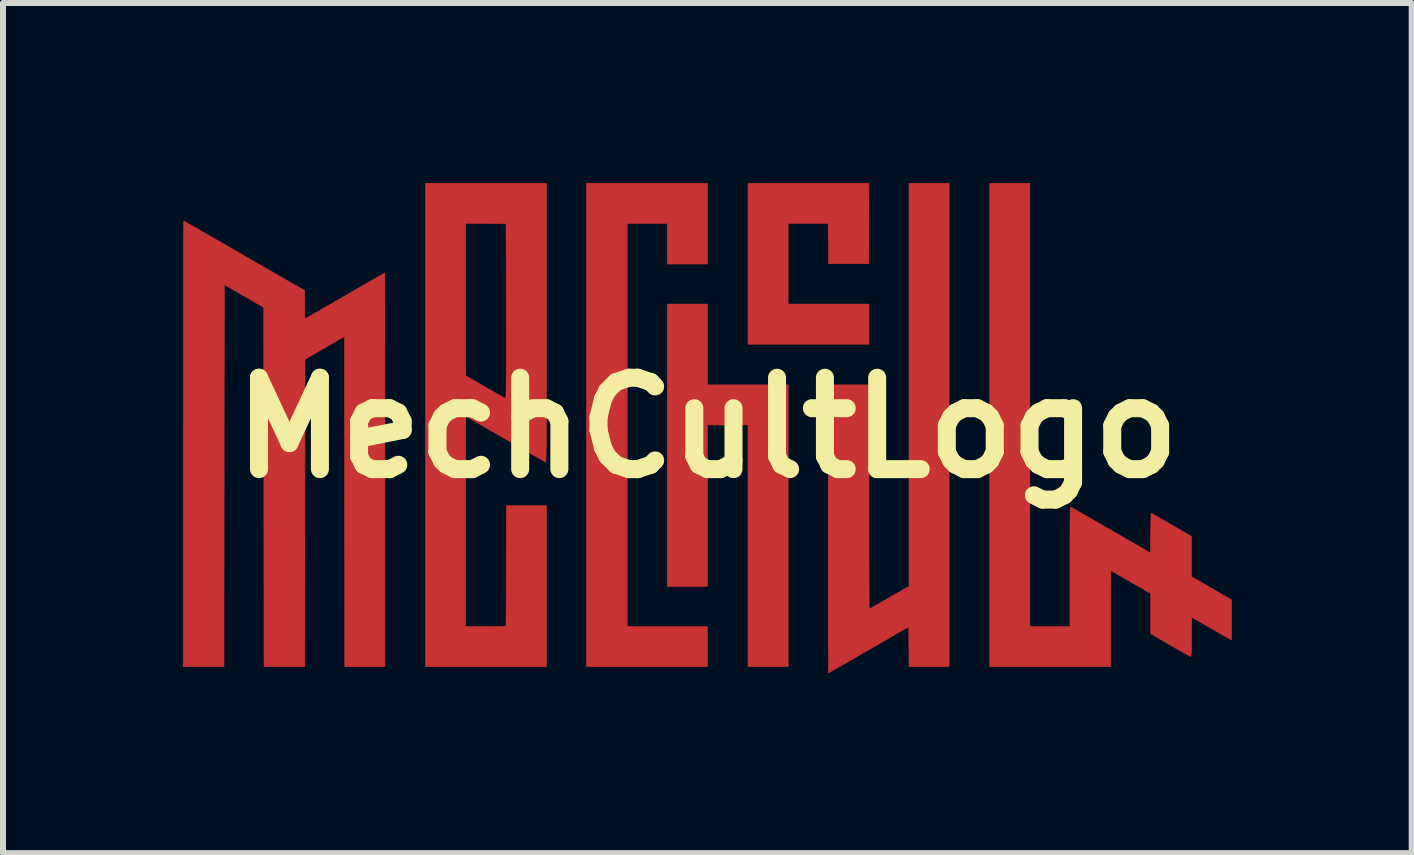
<source format=kicad_pcb>
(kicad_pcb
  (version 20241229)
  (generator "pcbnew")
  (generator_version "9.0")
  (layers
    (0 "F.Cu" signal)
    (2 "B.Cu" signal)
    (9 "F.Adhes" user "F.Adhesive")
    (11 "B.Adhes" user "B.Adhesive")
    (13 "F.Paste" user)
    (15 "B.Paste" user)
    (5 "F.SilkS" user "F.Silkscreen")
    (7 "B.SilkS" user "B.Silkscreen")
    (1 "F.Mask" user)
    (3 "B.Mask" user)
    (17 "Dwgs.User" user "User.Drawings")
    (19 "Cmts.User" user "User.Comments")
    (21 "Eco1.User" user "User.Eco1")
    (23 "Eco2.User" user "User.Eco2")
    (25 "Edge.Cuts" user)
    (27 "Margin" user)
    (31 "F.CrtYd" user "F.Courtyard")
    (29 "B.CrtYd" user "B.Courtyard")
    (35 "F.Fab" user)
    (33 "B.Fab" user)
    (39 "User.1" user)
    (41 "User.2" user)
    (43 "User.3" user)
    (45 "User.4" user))
  (footprint "MechCultLogo"
    (layer "F.Cu")
    (at 8.742 4.081)
    (property "Reference" "MechCultLogo" (at 0 0 0) (layer "F.SilkS") (effects (font (size 1.524 1.524) (thickness 0.3))))
    (attr through_hole)
    (fp_poly (pts (xy 0 -2.73) (xy -0.668 -2.73) (xy -0.668 -3.408) (xy -1.337 -3.408) (xy -1.337 3.314) (xy 0 3.314) (xy 0 3.982) (xy -2.015 3.982) (xy -2.015 -4.076) (xy 0 -4.076) (xy 0 -2.73)) (stroke (width 0.01) (type solid)) (fill yes) (layer "F.Cu"))
    (fp_poly (pts (xy 0 -0.715) (xy 1.346 -0.715) (xy 1.346 3.982) (xy 0.678 3.982) (xy 0.678 -0.047) (xy 0 -0.047) (xy 0 2.645) (xy -0.668 2.645) (xy -0.668 -2.062) (xy 0 -2.062) (xy 0 -0.715)) (stroke (width 0.01) (type solid)) (fill yes) (layer "F.Cu"))
    (fp_poly (pts (xy 2.69 -3.406) (xy 2.688 -2.735) (xy 2.019 -2.735) (xy 2.017 -3.071) (xy 2.014 -3.408) (xy 1.346 -3.408) (xy 1.346 -2.062) (xy 2.693 -2.062) (xy 2.693 -1.393) (xy 0.678 -1.393) (xy 0.678 -4.076) (xy 2.693 -4.076) (xy 2.69 -3.406)) (stroke (width 0.01) (type solid)) (fill yes) (layer "F.Cu"))
    (fp_poly (pts (xy 4.029 3.982) (xy 3.361 3.982) (xy 3.359 3.649) (xy 3.356 3.316) (xy 2.69 3.701) (xy 2.587 3.76) (xy 2.489 3.817) (xy 2.397 3.87) (xy 2.312 3.919) (xy 2.235 3.963) (xy 2.168 4.001) (xy 2.112 4.033) (xy 2.068 4.058) (xy 2.037 4.076) (xy 2.021 4.085) (xy 2.019 4.086) (xy 2.018 4.077) (xy 2.018 4.049) (xy 2.018 4.005) (xy 2.017 3.944) (xy 2.017 3.867) (xy 2.017 3.775) (xy 2.016 3.67) (xy 2.016 3.551) (xy 2.016 3.419) (xy 2.016 3.276) (xy 2.015 3.122) (xy 2.015 2.957) (xy 2.015 2.784) (xy 2.015 2.602) (xy 2.015 2.412) (xy 2.015 2.215) (xy 2.015 2.011) (xy 2.015 1.803) (xy 2.015 1.685) (xy 2.015 -0.715) (xy 2.693 -0.715) (xy 2.693 1.153) (xy 2.693 1.339) (xy 2.693 1.52) (xy 2.693 1.695) (xy 2.693 1.864) (xy 2.693 2.024) (xy 2.693 2.176) (xy 2.694 2.318) (xy 2.694 2.45) (xy 2.694 2.57) (xy 2.695 2.679) (xy 2.695 2.774) (xy 2.695 2.855) (xy 2.696 2.921) (xy 2.696 2.971) (xy 2.697 3.005) (xy 2.697 3.021) (xy 2.697 3.022) (xy 2.706 3.017) (xy 2.73 3.004) (xy 2.766 2.984) (xy 2.813 2.957) (xy 2.87 2.925) (xy 2.934 2.888) (xy 3.004 2.848) (xy 3.031 2.832) (xy 3.361 2.642) (xy 3.361 -4.076) (xy 4.029 -4.076) (xy 4.029 3.982)) (stroke (width 0.01) (type solid)) (fill yes) (layer "F.Cu"))
    (fp_poly (pts (xy -2.683 -1.75) (xy -2.683 -1.498) (xy -2.683 -1.265) (xy -2.683 -1.048) (xy -2.683 -0.849) (xy -2.683 -0.666) (xy -2.684 -0.499) (xy -2.684 -0.347) (xy -2.684 -0.209) (xy -2.685 -0.085) (xy -2.685 0.026) (xy -2.685 0.125) (xy -2.686 0.212) (xy -2.686 0.288) (xy -2.687 0.353) (xy -2.688 0.408) (xy -2.689 0.454) (xy -2.69 0.491) (xy -2.69 0.521) (xy -2.692 0.543) (xy -2.693 0.558) (xy -2.694 0.567) (xy -2.695 0.571) (xy -2.696 0.571) (xy -2.705 0.566) (xy -2.73 0.552) (xy -2.768 0.531) (xy -2.817 0.503) (xy -2.877 0.469) (xy -2.945 0.429) (xy -3.021 0.386) (xy -3.102 0.339) (xy -3.187 0.29) (xy -3.275 0.24) (xy -3.364 0.188) (xy -3.452 0.137) (xy -3.539 0.088) (xy -3.622 0.04) (xy -3.7 -0.006) (xy -3.771 -0.047) (xy -3.835 -0.084) (xy -3.889 -0.115) (xy -3.932 -0.14) (xy -3.952 -0.152) (xy -4.029 -0.197) (xy -4.029 3.314) (xy -3.693 3.312) (xy -3.356 3.309) (xy -3.354 2.304) (xy -3.351 1.299) (xy -2.683 1.299) (xy -2.683 3.982) (xy -4.698 3.982) (xy -4.698 -0.868) (xy -4.029 -0.868) (xy -3.702 -0.679) (xy -3.63 -0.638) (xy -3.564 -0.6) (xy -3.503 -0.566) (xy -3.452 -0.537) (xy -3.41 -0.514) (xy -3.381 -0.498) (xy -3.365 -0.49) (xy -3.363 -0.49) (xy -3.362 -0.493) (xy -3.36 -0.504) (xy -3.359 -0.522) (xy -3.358 -0.549) (xy -3.357 -0.585) (xy -3.356 -0.631) (xy -3.355 -0.689) (xy -3.354 -0.758) (xy -3.354 -0.839) (xy -3.354 -0.933) (xy -3.353 -1.042) (xy -3.353 -1.165) (xy -3.353 -1.303) (xy -3.353 -1.457) (xy -3.353 -1.628) (xy -3.354 -1.817) (xy -3.354 -1.946) (xy -3.356 -3.403) (xy -3.693 -3.406) (xy -4.029 -3.408) (xy -4.029 -0.868) (xy -4.698 -0.868) (xy -4.698 -4.076) (xy -2.683 -4.076) (xy -2.683 -1.75)) (stroke (width 0.01) (type solid)) (fill yes) (layer "F.Cu"))
    (fp_poly (pts (xy 5.376 3.314) (xy 6.044 3.314) (xy 6.044 2.315) (xy 6.044 2.151) (xy 6.044 2.004) (xy 6.044 1.875) (xy 6.045 1.762) (xy 6.045 1.664) (xy 6.046 1.58) (xy 6.047 1.51) (xy 6.047 1.452) (xy 6.048 1.407) (xy 6.05 1.372) (xy 6.051 1.346) (xy 6.053 1.33) (xy 6.054 1.322) (xy 6.056 1.321) (xy 6.066 1.326) (xy 6.09 1.34) (xy 6.129 1.362) (xy 6.18 1.392) (xy 6.243 1.428) (xy 6.316 1.469) (xy 6.397 1.516) (xy 6.486 1.568) (xy 6.582 1.623) (xy 6.682 1.681) (xy 6.727 1.706) (xy 7.386 2.087) (xy 7.39 1.754) (xy 7.395 1.421) (xy 8.068 1.809) (xy 8.068 2.481) (xy 8.402 2.674) (xy 8.736 2.867) (xy 8.736 3.203) (xy 8.737 3.539) (xy 8.494 3.399) (xy 8.427 3.361) (xy 8.361 3.323) (xy 8.299 3.287) (xy 8.243 3.254) (xy 8.197 3.228) (xy 8.164 3.209) (xy 8.162 3.208) (xy 8.073 3.156) (xy 8.07 3.484) (xy 8.069 3.582) (xy 8.068 3.661) (xy 8.066 3.723) (xy 8.064 3.769) (xy 8.062 3.798) (xy 8.059 3.811) (xy 8.058 3.813) (xy 8.047 3.808) (xy 8.023 3.795) (xy 7.986 3.775) (xy 7.937 3.748) (xy 7.88 3.715) (xy 7.815 3.679) (xy 7.745 3.638) (xy 7.719 3.623) (xy 7.39 3.434) (xy 7.39 2.762) (xy 7.061 2.572) (xy 6.989 2.531) (xy 6.923 2.492) (xy 6.863 2.458) (xy 6.812 2.429) (xy 6.771 2.406) (xy 6.743 2.39) (xy 6.728 2.382) (xy 6.727 2.382) (xy 6.726 2.391) (xy 6.725 2.418) (xy 6.725 2.46) (xy 6.724 2.518) (xy 6.723 2.589) (xy 6.723 2.672) (xy 6.723 2.765) (xy 6.722 2.868) (xy 6.722 2.978) (xy 6.722 3.095) (xy 6.722 3.182) (xy 6.722 3.982) (xy 4.707 3.982) (xy 4.707 -4.076) (xy 5.376 -4.076) (xy 5.376 3.314)) (stroke (width 0.01) (type solid)) (fill yes) (layer "F.Cu"))
    (fp_poly (pts (xy -8.721 -3.441) (xy -8.696 -3.428) (xy -8.658 -3.406) (xy -8.606 -3.376) (xy -8.542 -3.34) (xy -8.466 -3.297) (xy -8.381 -3.247) (xy -8.285 -3.193) (xy -8.182 -3.133) (xy -8.071 -3.069) (xy -7.954 -3.002) (xy -7.831 -2.931) (xy -7.72 -2.867) (xy -6.717 -2.289) (xy -6.715 -2.053) (xy -6.714 -1.988) (xy -6.713 -1.931) (xy -6.711 -1.882) (xy -6.71 -1.846) (xy -6.709 -1.823) (xy -6.708 -1.817) (xy -6.699 -1.822) (xy -6.675 -1.835) (xy -6.638 -1.856) (xy -6.588 -1.885) (xy -6.526 -1.92) (xy -6.454 -1.961) (xy -6.374 -2.008) (xy -6.285 -2.059) (xy -6.19 -2.114) (xy -6.09 -2.171) (xy -6.043 -2.198) (xy -5.941 -2.257) (xy -5.844 -2.314) (xy -5.752 -2.366) (xy -5.668 -2.415) (xy -5.592 -2.458) (xy -5.526 -2.497) (xy -5.47 -2.528) (xy -5.427 -2.553) (xy -5.397 -2.57) (xy -5.381 -2.579) (xy -5.379 -2.58) (xy -5.379 -2.57) (xy -5.379 -2.543) (xy -5.379 -2.498) (xy -5.378 -2.436) (xy -5.378 -2.358) (xy -5.378 -2.265) (xy -5.378 -2.157) (xy -5.377 -2.035) (xy -5.377 -1.899) (xy -5.377 -1.751) (xy -5.377 -1.59) (xy -5.377 -1.418) (xy -5.376 -1.236) (xy -5.376 -1.043) (xy -5.376 -0.841) (xy -5.376 -0.63) (xy -5.376 -0.412) (xy -5.376 -0.186) (xy -5.376 0.047) (xy -5.376 0.286) (xy -5.376 0.53) (xy -5.376 0.701) (xy -5.376 3.982) (xy -6.044 3.982) (xy -6.049 -1.524) (xy -6.378 -1.333) (xy -6.708 -1.142) (xy -6.71 1.42) (xy -6.712 3.982) (xy -7.39 3.982) (xy -7.393 0.988) (xy -7.395 -2.007) (xy -7.724 -2.197) (xy -8.054 -2.387) (xy -8.059 3.982) (xy -8.737 3.982) (xy -8.737 0.268) (xy -8.737 0.005) (xy -8.736 -0.254) (xy -8.736 -0.507) (xy -8.736 -0.754) (xy -8.736 -0.994) (xy -8.736 -1.227) (xy -8.736 -1.452) (xy -8.736 -1.668) (xy -8.735 -1.875) (xy -8.735 -2.072) (xy -8.735 -2.259) (xy -8.734 -2.434) (xy -8.734 -2.598) (xy -8.734 -2.749) (xy -8.733 -2.887) (xy -8.733 -3.012) (xy -8.732 -3.122) (xy -8.732 -3.217) (xy -8.731 -3.296) (xy -8.731 -3.36) (xy -8.731 -3.406) (xy -8.73 -3.435) (xy -8.73 -3.446) (xy -8.729 -3.446) (xy -8.721 -3.441)) (stroke (width 0.01) (type solid)) (fill yes) (layer "F.Cu"))
    (fp_poly (pts (xy 0 -2.73) (xy -0.668 -2.73) (xy -0.668 -3.408) (xy -1.337 -3.408) (xy -1.337 3.314) (xy 0 3.314) (xy 0 3.982) (xy -2.015 3.982) (xy -2.015 -4.076) (xy 0 -4.076) (xy 0 -2.73)) (stroke (width 0.01) (type solid)) (fill yes) (layer "F.Mask"))
    (fp_poly (pts (xy 0 -0.715) (xy 1.346 -0.715) (xy 1.346 3.982) (xy 0.678 3.982) (xy 0.678 -0.047) (xy 0 -0.047) (xy 0 2.645) (xy -0.668 2.645) (xy -0.668 -2.062) (xy 0 -2.062) (xy 0 -0.715)) (stroke (width 0.01) (type solid)) (fill yes) (layer "F.Mask"))
    (fp_poly (pts (xy 2.69 -3.406) (xy 2.688 -2.735) (xy 2.019 -2.735) (xy 2.017 -3.071) (xy 2.014 -3.408) (xy 1.346 -3.408) (xy 1.346 -2.062) (xy 2.693 -2.062) (xy 2.693 -1.393) (xy 0.678 -1.393) (xy 0.678 -4.076) (xy 2.693 -4.076) (xy 2.69 -3.406)) (stroke (width 0.01) (type solid)) (fill yes) (layer "F.Mask"))
    (fp_poly (pts (xy 4.029 3.982) (xy 3.361 3.982) (xy 3.359 3.649) (xy 3.356 3.316) (xy 2.69 3.701) (xy 2.587 3.76) (xy 2.489 3.817) (xy 2.397 3.87) (xy 2.312 3.919) (xy 2.235 3.963) (xy 2.168 4.001) (xy 2.112 4.033) (xy 2.068 4.058) (xy 2.037 4.076) (xy 2.021 4.085) (xy 2.019 4.086) (xy 2.018 4.077) (xy 2.018 4.049) (xy 2.018 4.005) (xy 2.017 3.944) (xy 2.017 3.867) (xy 2.017 3.775) (xy 2.016 3.67) (xy 2.016 3.551) (xy 2.016 3.419) (xy 2.016 3.276) (xy 2.015 3.122) (xy 2.015 2.957) (xy 2.015 2.784) (xy 2.015 2.602) (xy 2.015 2.412) (xy 2.015 2.215) (xy 2.015 2.011) (xy 2.015 1.803) (xy 2.015 1.685) (xy 2.015 -0.715) (xy 2.693 -0.715) (xy 2.693 1.153) (xy 2.693 1.339) (xy 2.693 1.52) (xy 2.693 1.695) (xy 2.693 1.864) (xy 2.693 2.024) (xy 2.693 2.176) (xy 2.694 2.318) (xy 2.694 2.45) (xy 2.694 2.57) (xy 2.695 2.679) (xy 2.695 2.774) (xy 2.695 2.855) (xy 2.696 2.921) (xy 2.696 2.971) (xy 2.697 3.005) (xy 2.697 3.021) (xy 2.697 3.022) (xy 2.706 3.017) (xy 2.73 3.004) (xy 2.766 2.984) (xy 2.813 2.957) (xy 2.87 2.925) (xy 2.934 2.888) (xy 3.004 2.848) (xy 3.031 2.832) (xy 3.361 2.642) (xy 3.361 -4.076) (xy 4.029 -4.076) (xy 4.029 3.982)) (stroke (width 0.01) (type solid)) (fill yes) (layer "F.Mask"))
    (fp_poly (pts (xy -2.683 -1.75) (xy -2.683 -1.498) (xy -2.683 -1.265) (xy -2.683 -1.048) (xy -2.683 -0.849) (xy -2.683 -0.666) (xy -2.684 -0.499) (xy -2.684 -0.347) (xy -2.684 -0.209) (xy -2.685 -0.085) (xy -2.685 0.026) (xy -2.685 0.125) (xy -2.686 0.212) (xy -2.686 0.288) (xy -2.687 0.353) (xy -2.688 0.408) (xy -2.689 0.454) (xy -2.69 0.491) (xy -2.69 0.521) (xy -2.692 0.543) (xy -2.693 0.558) (xy -2.694 0.567) (xy -2.695 0.571) (xy -2.696 0.571) (xy -2.705 0.566) (xy -2.73 0.552) (xy -2.768 0.531) (xy -2.817 0.503) (xy -2.877 0.469) (xy -2.945 0.429) (xy -3.021 0.386) (xy -3.102 0.339) (xy -3.187 0.29) (xy -3.275 0.24) (xy -3.364 0.188) (xy -3.452 0.137) (xy -3.539 0.088) (xy -3.622 0.04) (xy -3.7 -0.006) (xy -3.771 -0.047) (xy -3.835 -0.084) (xy -3.889 -0.115) (xy -3.932 -0.14) (xy -3.952 -0.152) (xy -4.029 -0.197) (xy -4.029 3.314) (xy -3.693 3.312) (xy -3.356 3.309) (xy -3.354 2.304) (xy -3.351 1.299) (xy -2.683 1.299) (xy -2.683 3.982) (xy -4.698 3.982) (xy -4.698 -0.868) (xy -4.029 -0.868) (xy -3.702 -0.679) (xy -3.63 -0.638) (xy -3.564 -0.6) (xy -3.503 -0.566) (xy -3.452 -0.537) (xy -3.41 -0.514) (xy -3.381 -0.498) (xy -3.365 -0.49) (xy -3.363 -0.49) (xy -3.362 -0.493) (xy -3.36 -0.504) (xy -3.359 -0.522) (xy -3.358 -0.549) (xy -3.357 -0.585) (xy -3.356 -0.631) (xy -3.355 -0.689) (xy -3.354 -0.758) (xy -3.354 -0.839) (xy -3.354 -0.933) (xy -3.353 -1.042) (xy -3.353 -1.165) (xy -3.353 -1.303) (xy -3.353 -1.457) (xy -3.353 -1.628) (xy -3.354 -1.817) (xy -3.354 -1.946) (xy -3.356 -3.403) (xy -3.693 -3.406) (xy -4.029 -3.408) (xy -4.029 -0.868) (xy -4.698 -0.868) (xy -4.698 -4.076) (xy -2.683 -4.076) (xy -2.683 -1.75)) (stroke (width 0.01) (type solid)) (fill yes) (layer "F.Mask"))
    (fp_poly (pts (xy 5.376 3.314) (xy 6.044 3.314) (xy 6.044 2.315) (xy 6.044 2.151) (xy 6.044 2.004) (xy 6.044 1.875) (xy 6.045 1.762) (xy 6.045 1.664) (xy 6.046 1.58) (xy 6.047 1.51) (xy 6.047 1.452) (xy 6.048 1.407) (xy 6.05 1.372) (xy 6.051 1.346) (xy 6.053 1.33) (xy 6.054 1.322) (xy 6.056 1.321) (xy 6.066 1.326) (xy 6.09 1.34) (xy 6.129 1.362) (xy 6.18 1.392) (xy 6.243 1.428) (xy 6.316 1.469) (xy 6.397 1.516) (xy 6.486 1.568) (xy 6.582 1.623) (xy 6.682 1.681) (xy 6.727 1.706) (xy 7.386 2.087) (xy 7.39 1.754) (xy 7.395 1.421) (xy 8.068 1.809) (xy 8.068 2.481) (xy 8.402 2.674) (xy 8.736 2.867) (xy 8.736 3.203) (xy 8.737 3.539) (xy 8.494 3.399) (xy 8.427 3.361) (xy 8.361 3.323) (xy 8.299 3.287) (xy 8.243 3.254) (xy 8.197 3.228) (xy 8.164 3.209) (xy 8.162 3.208) (xy 8.073 3.156) (xy 8.07 3.484) (xy 8.069 3.582) (xy 8.068 3.661) (xy 8.066 3.723) (xy 8.064 3.769) (xy 8.062 3.798) (xy 8.059 3.811) (xy 8.058 3.813) (xy 8.047 3.808) (xy 8.023 3.795) (xy 7.986 3.775) (xy 7.937 3.748) (xy 7.88 3.715) (xy 7.815 3.679) (xy 7.745 3.638) (xy 7.719 3.623) (xy 7.39 3.434) (xy 7.39 2.762) (xy 7.061 2.572) (xy 6.989 2.531) (xy 6.923 2.492) (xy 6.863 2.458) (xy 6.812 2.429) (xy 6.771 2.406) (xy 6.743 2.39) (xy 6.728 2.382) (xy 6.727 2.382) (xy 6.726 2.391) (xy 6.725 2.418) (xy 6.725 2.46) (xy 6.724 2.518) (xy 6.723 2.589) (xy 6.723 2.672) (xy 6.723 2.765) (xy 6.722 2.868) (xy 6.722 2.978) (xy 6.722 3.095) (xy 6.722 3.182) (xy 6.722 3.982) (xy 4.707 3.982) (xy 4.707 -4.076) (xy 5.376 -4.076) (xy 5.376 3.314)) (stroke (width 0.01) (type solid)) (fill yes) (layer "F.Mask"))
    (fp_poly (pts (xy -8.721 -3.441) (xy -8.696 -3.428) (xy -8.658 -3.406) (xy -8.606 -3.376) (xy -8.542 -3.34) (xy -8.466 -3.297) (xy -8.381 -3.247) (xy -8.285 -3.193) (xy -8.182 -3.133) (xy -8.071 -3.069) (xy -7.954 -3.002) (xy -7.831 -2.931) (xy -7.72 -2.867) (xy -6.717 -2.289) (xy -6.715 -2.053) (xy -6.714 -1.988) (xy -6.713 -1.931) (xy -6.711 -1.882) (xy -6.71 -1.846) (xy -6.709 -1.823) (xy -6.708 -1.817) (xy -6.699 -1.822) (xy -6.675 -1.835) (xy -6.638 -1.856) (xy -6.588 -1.885) (xy -6.526 -1.92) (xy -6.454 -1.961) (xy -6.374 -2.008) (xy -6.285 -2.059) (xy -6.19 -2.114) (xy -6.09 -2.171) (xy -6.043 -2.198) (xy -5.941 -2.257) (xy -5.844 -2.314) (xy -5.752 -2.366) (xy -5.668 -2.415) (xy -5.592 -2.458) (xy -5.526 -2.497) (xy -5.47 -2.528) (xy -5.427 -2.553) (xy -5.397 -2.57) (xy -5.381 -2.579) (xy -5.379 -2.58) (xy -5.379 -2.57) (xy -5.379 -2.543) (xy -5.379 -2.498) (xy -5.378 -2.436) (xy -5.378 -2.358) (xy -5.378 -2.265) (xy -5.378 -2.157) (xy -5.377 -2.035) (xy -5.377 -1.899) (xy -5.377 -1.751) (xy -5.377 -1.59) (xy -5.377 -1.418) (xy -5.376 -1.236) (xy -5.376 -1.043) (xy -5.376 -0.841) (xy -5.376 -0.63) (xy -5.376 -0.412) (xy -5.376 -0.186) (xy -5.376 0.047) (xy -5.376 0.286) (xy -5.376 0.53) (xy -5.376 0.701) (xy -5.376 3.982) (xy -6.044 3.982) (xy -6.049 -1.524) (xy -6.378 -1.333) (xy -6.708 -1.142) (xy -6.71 1.42) (xy -6.712 3.982) (xy -7.39 3.982) (xy -7.393 0.988) (xy -7.395 -2.007) (xy -7.724 -2.197) (xy -8.054 -2.387) (xy -8.059 3.982) (xy -8.737 3.982) (xy -8.737 0.268) (xy -8.737 0.005) (xy -8.736 -0.254) (xy -8.736 -0.507) (xy -8.736 -0.754) (xy -8.736 -0.994) (xy -8.736 -1.227) (xy -8.736 -1.452) (xy -8.736 -1.668) (xy -8.735 -1.875) (xy -8.735 -2.072) (xy -8.735 -2.259) (xy -8.734 -2.434) (xy -8.734 -2.598) (xy -8.734 -2.749) (xy -8.733 -2.887) (xy -8.733 -3.012) (xy -8.732 -3.122) (xy -8.732 -3.217) (xy -8.731 -3.296) (xy -8.731 -3.36) (xy -8.731 -3.406) (xy -8.73 -3.435) (xy -8.73 -3.446) (xy -8.729 -3.446) (xy -8.721 -3.441)) (stroke (width 0.01) (type solid)) (fill yes) (layer "F.Mask"))
    (fp_poly (pts (xy 0 -2.73) (xy -0.668 -2.73) (xy -0.668 -3.408) (xy -1.337 -3.408) (xy -1.337 3.314) (xy 0 3.314) (xy 0 3.982) (xy -2.015 3.982) (xy -2.015 -4.076) (xy 0 -4.076) (xy 0 -2.73)) (stroke (width 0.01) (type solid)) (fill yes) (layer "F.Paste"))
    (fp_poly (pts (xy 0 -0.715) (xy 1.346 -0.715) (xy 1.346 3.982) (xy 0.678 3.982) (xy 0.678 -0.047) (xy 0 -0.047) (xy 0 2.645) (xy -0.668 2.645) (xy -0.668 -2.062) (xy 0 -2.062) (xy 0 -0.715)) (stroke (width 0.01) (type solid)) (fill yes) (layer "F.Paste"))
    (fp_poly (pts (xy 2.69 -3.406) (xy 2.688 -2.735) (xy 2.019 -2.735) (xy 2.017 -3.071) (xy 2.014 -3.408) (xy 1.346 -3.408) (xy 1.346 -2.062) (xy 2.693 -2.062) (xy 2.693 -1.393) (xy 0.678 -1.393) (xy 0.678 -4.076) (xy 2.693 -4.076) (xy 2.69 -3.406)) (stroke (width 0.01) (type solid)) (fill yes) (layer "F.Paste"))
    (fp_poly (pts (xy 4.029 3.982) (xy 3.361 3.982) (xy 3.359 3.649) (xy 3.356 3.316) (xy 2.69 3.701) (xy 2.587 3.76) (xy 2.489 3.817) (xy 2.397 3.87) (xy 2.312 3.919) (xy 2.235 3.963) (xy 2.168 4.001) (xy 2.112 4.033) (xy 2.068 4.058) (xy 2.037 4.076) (xy 2.021 4.085) (xy 2.019 4.086) (xy 2.018 4.077) (xy 2.018 4.049) (xy 2.018 4.005) (xy 2.017 3.944) (xy 2.017 3.867) (xy 2.017 3.775) (xy 2.016 3.67) (xy 2.016 3.551) (xy 2.016 3.419) (xy 2.016 3.276) (xy 2.015 3.122) (xy 2.015 2.957) (xy 2.015 2.784) (xy 2.015 2.602) (xy 2.015 2.412) (xy 2.015 2.215) (xy 2.015 2.011) (xy 2.015 1.803) (xy 2.015 1.685) (xy 2.015 -0.715) (xy 2.693 -0.715) (xy 2.693 1.153) (xy 2.693 1.339) (xy 2.693 1.52) (xy 2.693 1.695) (xy 2.693 1.864) (xy 2.693 2.024) (xy 2.693 2.176) (xy 2.694 2.318) (xy 2.694 2.45) (xy 2.694 2.57) (xy 2.695 2.679) (xy 2.695 2.774) (xy 2.695 2.855) (xy 2.696 2.921) (xy 2.696 2.971) (xy 2.697 3.005) (xy 2.697 3.021) (xy 2.697 3.022) (xy 2.706 3.017) (xy 2.73 3.004) (xy 2.766 2.984) (xy 2.813 2.957) (xy 2.87 2.925) (xy 2.934 2.888) (xy 3.004 2.848) (xy 3.031 2.832) (xy 3.361 2.642) (xy 3.361 -4.076) (xy 4.029 -4.076) (xy 4.029 3.982)) (stroke (width 0.01) (type solid)) (fill yes) (layer "F.Paste"))
    (fp_poly (pts (xy -2.683 -1.75) (xy -2.683 -1.498) (xy -2.683 -1.265) (xy -2.683 -1.048) (xy -2.683 -0.849) (xy -2.683 -0.666) (xy -2.684 -0.499) (xy -2.684 -0.347) (xy -2.684 -0.209) (xy -2.685 -0.085) (xy -2.685 0.026) (xy -2.685 0.125) (xy -2.686 0.212) (xy -2.686 0.288) (xy -2.687 0.353) (xy -2.688 0.408) (xy -2.689 0.454) (xy -2.69 0.491) (xy -2.69 0.521) (xy -2.692 0.543) (xy -2.693 0.558) (xy -2.694 0.567) (xy -2.695 0.571) (xy -2.696 0.571) (xy -2.705 0.566) (xy -2.73 0.552) (xy -2.768 0.531) (xy -2.817 0.503) (xy -2.877 0.469) (xy -2.945 0.429) (xy -3.021 0.386) (xy -3.102 0.339) (xy -3.187 0.29) (xy -3.275 0.24) (xy -3.364 0.188) (xy -3.452 0.137) (xy -3.539 0.088) (xy -3.622 0.04) (xy -3.7 -0.006) (xy -3.771 -0.047) (xy -3.835 -0.084) (xy -3.889 -0.115) (xy -3.932 -0.14) (xy -3.952 -0.152) (xy -4.029 -0.197) (xy -4.029 3.314) (xy -3.693 3.312) (xy -3.356 3.309) (xy -3.354 2.304) (xy -3.351 1.299) (xy -2.683 1.299) (xy -2.683 3.982) (xy -4.698 3.982) (xy -4.698 -0.868) (xy -4.029 -0.868) (xy -3.702 -0.679) (xy -3.63 -0.638) (xy -3.564 -0.6) (xy -3.503 -0.566) (xy -3.452 -0.537) (xy -3.41 -0.514) (xy -3.381 -0.498) (xy -3.365 -0.49) (xy -3.363 -0.49) (xy -3.362 -0.493) (xy -3.36 -0.504) (xy -3.359 -0.522) (xy -3.358 -0.549) (xy -3.357 -0.585) (xy -3.356 -0.631) (xy -3.355 -0.689) (xy -3.354 -0.758) (xy -3.354 -0.839) (xy -3.354 -0.933) (xy -3.353 -1.042) (xy -3.353 -1.165) (xy -3.353 -1.303) (xy -3.353 -1.457) (xy -3.353 -1.628) (xy -3.354 -1.817) (xy -3.354 -1.946) (xy -3.356 -3.403) (xy -3.693 -3.406) (xy -4.029 -3.408) (xy -4.029 -0.868) (xy -4.698 -0.868) (xy -4.698 -4.076) (xy -2.683 -4.076) (xy -2.683 -1.75)) (stroke (width 0.01) (type solid)) (fill yes) (layer "F.Paste"))
    (fp_poly (pts (xy 5.376 3.314) (xy 6.044 3.314) (xy 6.044 2.315) (xy 6.044 2.151) (xy 6.044 2.004) (xy 6.044 1.875) (xy 6.045 1.762) (xy 6.045 1.664) (xy 6.046 1.58) (xy 6.047 1.51) (xy 6.047 1.452) (xy 6.048 1.407) (xy 6.05 1.372) (xy 6.051 1.346) (xy 6.053 1.33) (xy 6.054 1.322) (xy 6.056 1.321) (xy 6.066 1.326) (xy 6.09 1.34) (xy 6.129 1.362) (xy 6.18 1.392) (xy 6.243 1.428) (xy 6.316 1.469) (xy 6.397 1.516) (xy 6.486 1.568) (xy 6.582 1.623) (xy 6.682 1.681) (xy 6.727 1.706) (xy 7.386 2.087) (xy 7.39 1.754) (xy 7.395 1.421) (xy 8.068 1.809) (xy 8.068 2.481) (xy 8.402 2.674) (xy 8.736 2.867) (xy 8.736 3.203) (xy 8.737 3.539) (xy 8.494 3.399) (xy 8.427 3.361) (xy 8.361 3.323) (xy 8.299 3.287) (xy 8.243 3.254) (xy 8.197 3.228) (xy 8.164 3.209) (xy 8.162 3.208) (xy 8.073 3.156) (xy 8.07 3.484) (xy 8.069 3.582) (xy 8.068 3.661) (xy 8.066 3.723) (xy 8.064 3.769) (xy 8.062 3.798) (xy 8.059 3.811) (xy 8.058 3.813) (xy 8.047 3.808) (xy 8.023 3.795) (xy 7.986 3.775) (xy 7.937 3.748) (xy 7.88 3.715) (xy 7.815 3.679) (xy 7.745 3.638) (xy 7.719 3.623) (xy 7.39 3.434) (xy 7.39 2.762) (xy 7.061 2.572) (xy 6.989 2.531) (xy 6.923 2.492) (xy 6.863 2.458) (xy 6.812 2.429) (xy 6.771 2.406) (xy 6.743 2.39) (xy 6.728 2.382) (xy 6.727 2.382) (xy 6.726 2.391) (xy 6.725 2.418) (xy 6.725 2.46) (xy 6.724 2.518) (xy 6.723 2.589) (xy 6.723 2.672) (xy 6.723 2.765) (xy 6.722 2.868) (xy 6.722 2.978) (xy 6.722 3.095) (xy 6.722 3.182) (xy 6.722 3.982) (xy 4.707 3.982) (xy 4.707 -4.076) (xy 5.376 -4.076) (xy 5.376 3.314)) (stroke (width 0.01) (type solid)) (fill yes) (layer "F.Paste"))
    (fp_poly (pts (xy -8.721 -3.441) (xy -8.696 -3.428) (xy -8.658 -3.406) (xy -8.606 -3.376) (xy -8.542 -3.34) (xy -8.466 -3.297) (xy -8.381 -3.247) (xy -8.285 -3.193) (xy -8.182 -3.133) (xy -8.071 -3.069) (xy -7.954 -3.002) (xy -7.831 -2.931) (xy -7.72 -2.867) (xy -6.717 -2.289) (xy -6.715 -2.053) (xy -6.714 -1.988) (xy -6.713 -1.931) (xy -6.711 -1.882) (xy -6.71 -1.846) (xy -6.709 -1.823) (xy -6.708 -1.817) (xy -6.699 -1.822) (xy -6.675 -1.835) (xy -6.638 -1.856) (xy -6.588 -1.885) (xy -6.526 -1.92) (xy -6.454 -1.961) (xy -6.374 -2.008) (xy -6.285 -2.059) (xy -6.19 -2.114) (xy -6.09 -2.171) (xy -6.043 -2.198) (xy -5.941 -2.257) (xy -5.844 -2.314) (xy -5.752 -2.366) (xy -5.668 -2.415) (xy -5.592 -2.458) (xy -5.526 -2.497) (xy -5.47 -2.528) (xy -5.427 -2.553) (xy -5.397 -2.57) (xy -5.381 -2.579) (xy -5.379 -2.58) (xy -5.379 -2.57) (xy -5.379 -2.543) (xy -5.379 -2.498) (xy -5.378 -2.436) (xy -5.378 -2.358) (xy -5.378 -2.265) (xy -5.378 -2.157) (xy -5.377 -2.035) (xy -5.377 -1.899) (xy -5.377 -1.751) (xy -5.377 -1.59) (xy -5.377 -1.418) (xy -5.376 -1.236) (xy -5.376 -1.043) (xy -5.376 -0.841) (xy -5.376 -0.63) (xy -5.376 -0.412) (xy -5.376 -0.186) (xy -5.376 0.047) (xy -5.376 0.286) (xy -5.376 0.53) (xy -5.376 0.701) (xy -5.376 3.982) (xy -6.044 3.982) (xy -6.049 -1.524) (xy -6.378 -1.333) (xy -6.708 -1.142) (xy -6.71 1.42) (xy -6.712 3.982) (xy -7.39 3.982) (xy -7.393 0.988) (xy -7.395 -2.007) (xy -7.724 -2.197) (xy -8.054 -2.387) (xy -8.059 3.982) (xy -8.737 3.982) (xy -8.737 0.268) (xy -8.737 0.005) (xy -8.736 -0.254) (xy -8.736 -0.507) (xy -8.736 -0.754) (xy -8.736 -0.994) (xy -8.736 -1.227) (xy -8.736 -1.452) (xy -8.736 -1.668) (xy -8.735 -1.875) (xy -8.735 -2.072) (xy -8.735 -2.259) (xy -8.734 -2.434) (xy -8.734 -2.598) (xy -8.734 -2.749) (xy -8.733 -2.887) (xy -8.733 -3.012) (xy -8.732 -3.122) (xy -8.732 -3.217) (xy -8.731 -3.296) (xy -8.731 -3.36) (xy -8.731 -3.406) (xy -8.73 -3.435) (xy -8.73 -3.446) (xy -8.729 -3.446) (xy -8.721 -3.441)) (stroke (width 0.01) (type solid)) (fill yes) (layer "F.Paste")))
  (gr_rect
    (start -3 -3)
    (end 20.483 11.172)
    (stroke (width 0.1) (type default))
    (fill no)
    (layer "Edge.Cuts")))
</source>
